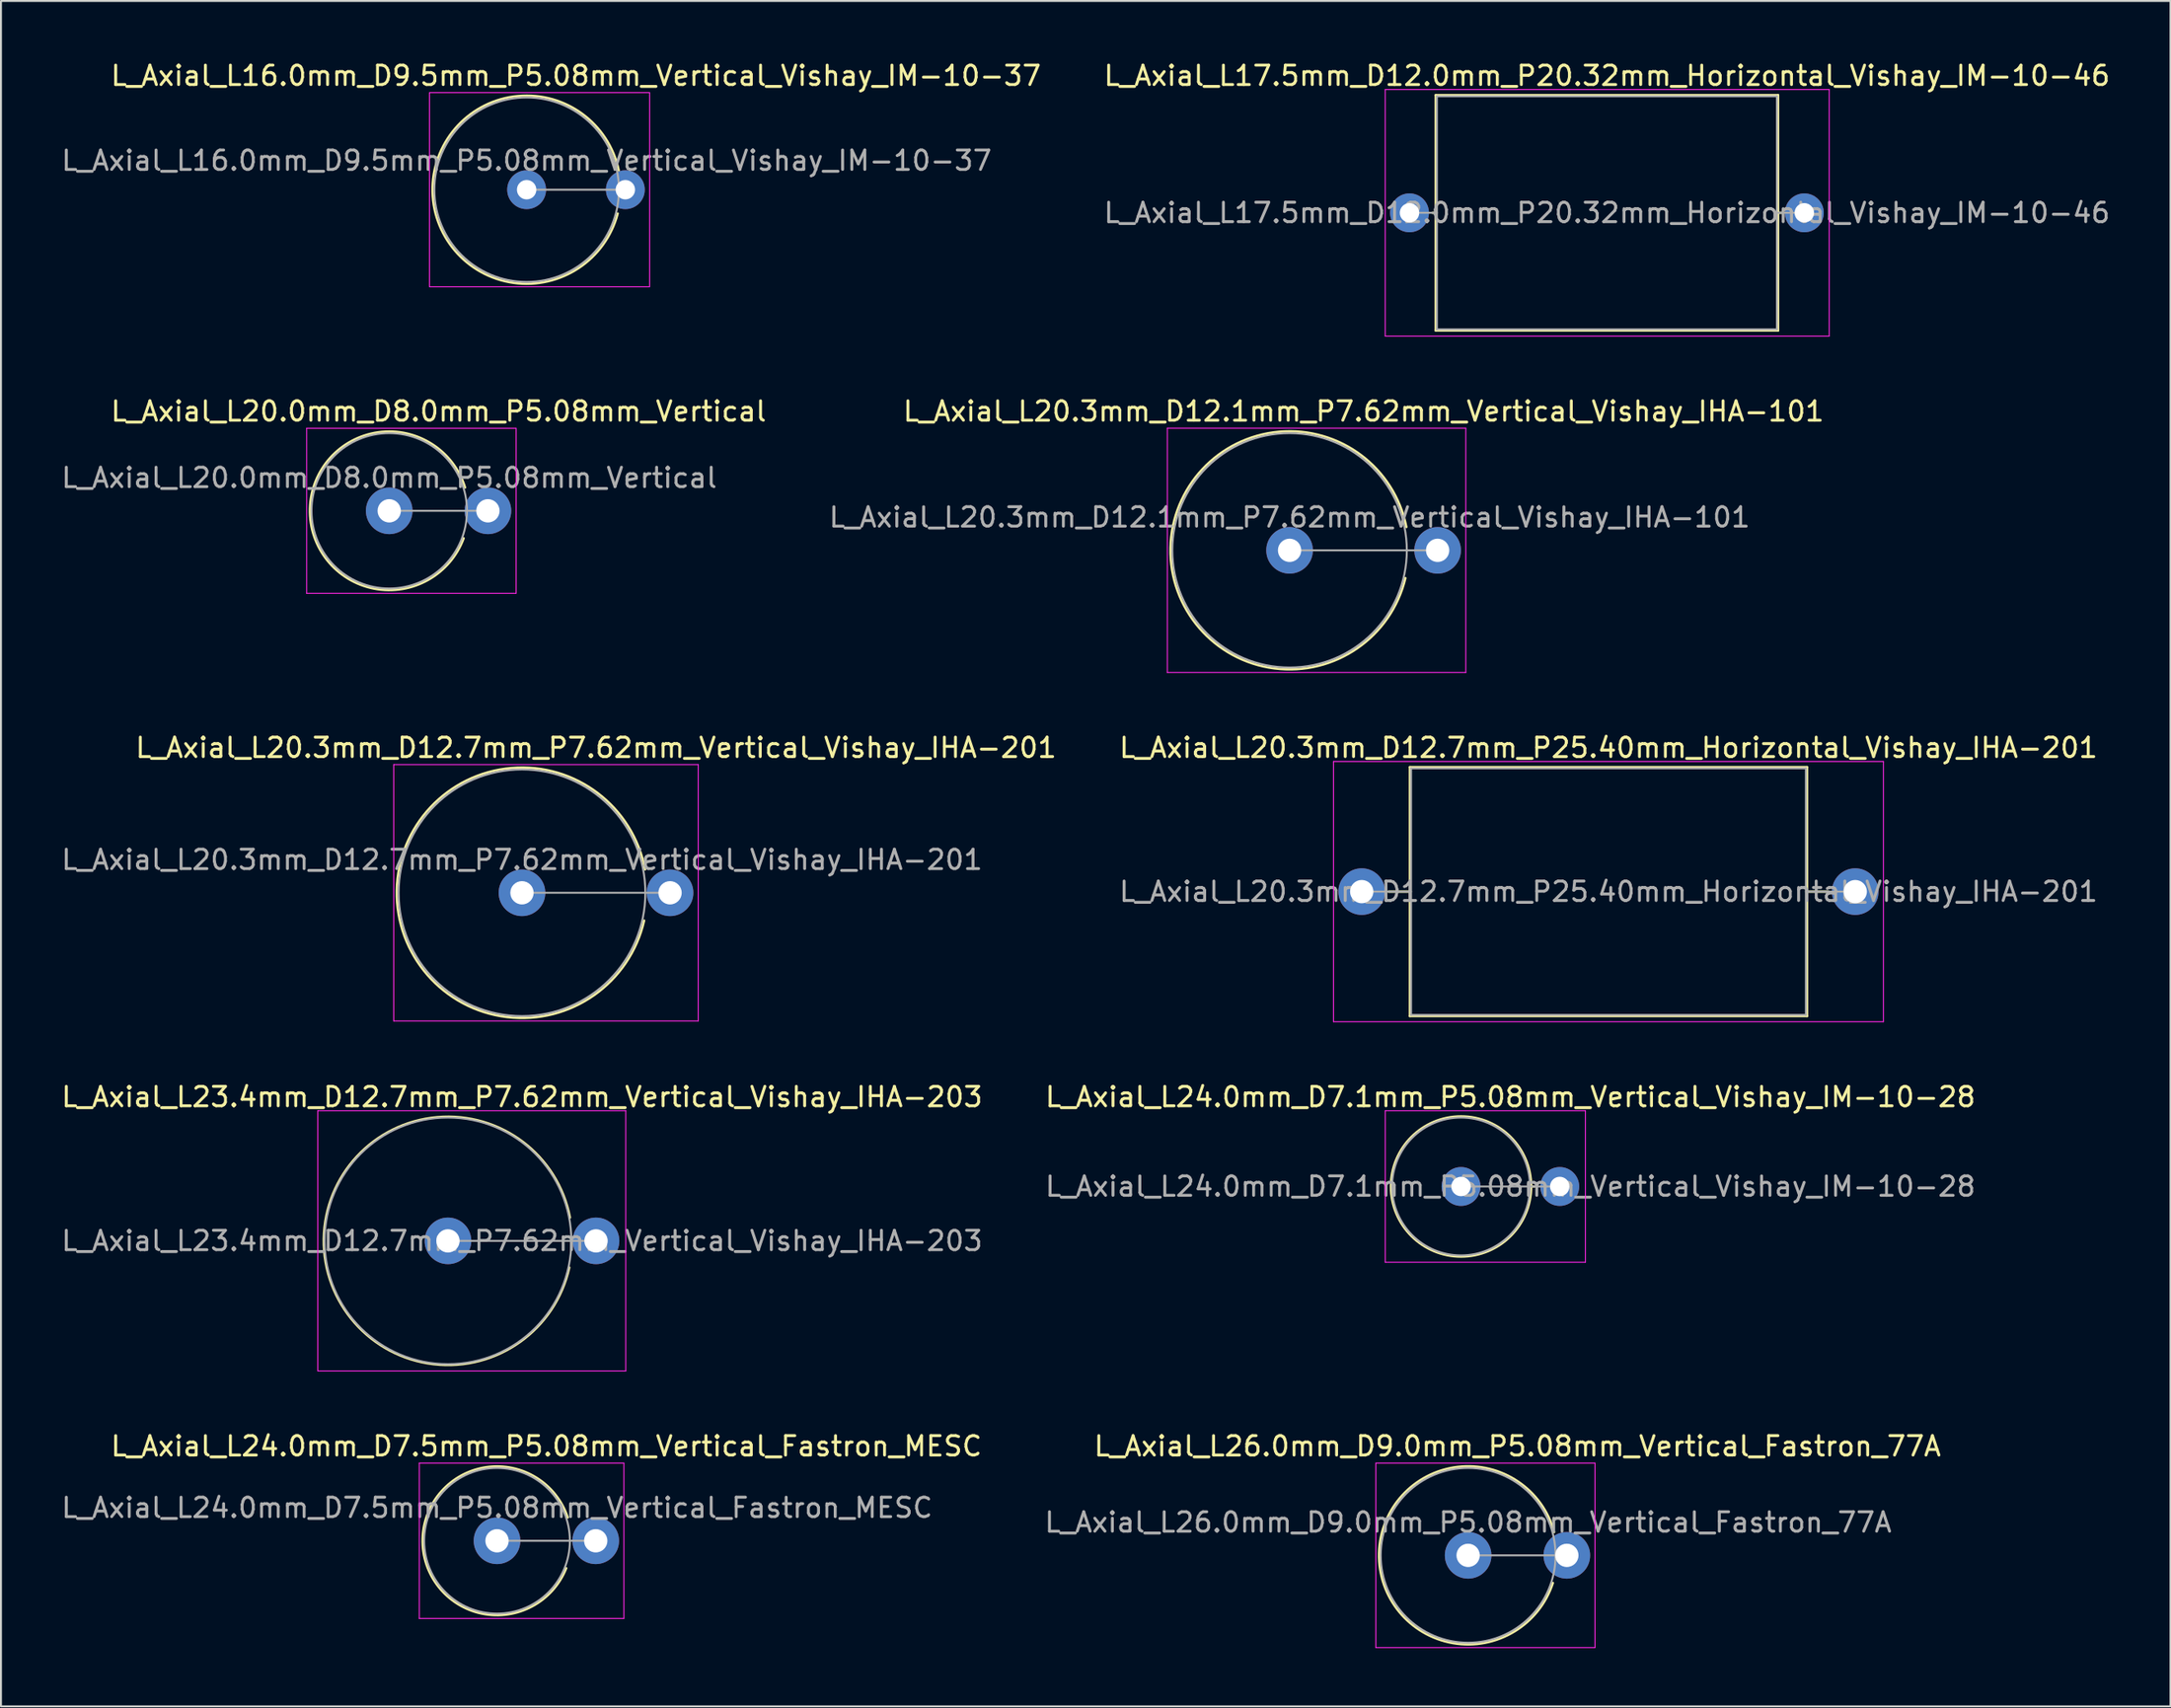
<source format=kicad_pcb>
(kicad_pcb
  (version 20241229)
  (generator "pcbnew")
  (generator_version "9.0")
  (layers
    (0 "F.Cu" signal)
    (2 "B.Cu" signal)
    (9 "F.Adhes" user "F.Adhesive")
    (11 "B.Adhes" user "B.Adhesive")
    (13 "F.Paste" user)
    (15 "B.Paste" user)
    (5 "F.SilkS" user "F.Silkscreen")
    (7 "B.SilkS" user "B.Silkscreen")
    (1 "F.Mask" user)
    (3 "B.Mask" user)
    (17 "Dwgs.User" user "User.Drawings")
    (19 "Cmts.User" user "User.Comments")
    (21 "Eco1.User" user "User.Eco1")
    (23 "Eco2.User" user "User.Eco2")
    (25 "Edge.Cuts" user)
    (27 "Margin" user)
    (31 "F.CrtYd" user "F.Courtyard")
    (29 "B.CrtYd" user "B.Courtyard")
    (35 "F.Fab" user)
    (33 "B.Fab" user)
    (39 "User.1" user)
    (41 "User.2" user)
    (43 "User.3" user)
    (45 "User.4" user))
  (footprint "L_Axial_L20.0mm_D8.0mm_P5.08mm_Vertical"
    (layer "F.Cu")
    (at 16.982 23.252)
    (property "Reference" "L_Axial_L20.0mm_D8.0mm_P5.08mm_Vertical" (at 2.54 -5.12 0) (layer "F.SilkS") (effects (font (size 1 1) (thickness 0.15))))
    (attr through_hole)
    (fp_arc (start 3.829952 1.415438) (mid -4.081552 -0.113714) (end 3.902819 -1.2) (stroke (width 0.12) (type solid)) (layer "F.SilkS"))
    (fp_line (start -4.25 -4.25) (end -4.25 4.25) (stroke (width 0.05) (type solid)) (layer "F.CrtYd"))
    (fp_line (start -4.25 4.25) (end 6.53 4.25) (stroke (width 0.05) (type solid)) (layer "F.CrtYd"))
    (fp_line (start 6.53 -4.25) (end -4.25 -4.25) (stroke (width 0.05) (type solid)) (layer "F.CrtYd"))
    (fp_line (start 6.53 4.25) (end 6.53 -4.25) (stroke (width 0.05) (type solid)) (layer "F.CrtYd"))
    (fp_line (start 0 0) (end 5.08 0) (stroke (width 0.1) (type solid)) (layer "F.Fab"))
    (fp_circle (center 0 0) (end 4 0) (stroke (width 0.1) (type solid)) (fill no) (layer "F.Fab"))
    (fp_text user "${REFERENCE}" (at 0 -1.7 0) (layer "F.Fab") (effects (font (size 1 1) (thickness 0.15))))
    (pad "1" thru_hole circle (at 0 0) (size 2.4 2.4) (drill 1.2) (layers "*.Cu" "*.Mask"))
    (pad "2" thru_hole oval (at 5.08 0) (size 2.4 2.4) (drill 1.2) (layers "*.Cu" "*.Mask")))
  (footprint "L_Axial_L23.4mm_D12.7mm_P7.62mm_Vertical_Vishay_IHA-203"
    (layer "F.Cu")
    (at 20.005 60.843)
    (property "Reference" "L_Axial_L23.4mm_D12.7mm_P7.62mm_Vertical_Vishay_IHA-203" (at 3.81 -7.41 0) (layer "F.SilkS") (effects (font (size 1 1) (thickness 0.15))))
    (attr through_hole)
    (fp_arc (start 6.243846 1.370541) (mid -6.391903 -0.087048) (end 6.278853 -1.2) (stroke (width 0.12) (type solid)) (layer "F.SilkS"))
    (fp_line (start -6.7 -6.7) (end -6.7 6.7) (stroke (width 0.05) (type solid)) (layer "F.CrtYd"))
    (fp_line (start -6.7 6.7) (end 9.15 6.7) (stroke (width 0.05) (type solid)) (layer "F.CrtYd"))
    (fp_line (start 9.15 -6.7) (end -6.7 -6.7) (stroke (width 0.05) (type solid)) (layer "F.CrtYd"))
    (fp_line (start 9.15 6.7) (end 9.15 -6.7) (stroke (width 0.05) (type solid)) (layer "F.CrtYd"))
    (fp_line (start 0 0) (end 7.62 0) (stroke (width 0.1) (type solid)) (layer "F.Fab"))
    (fp_circle (center 0 0) (end 6.35 0) (stroke (width 0.1) (type solid)) (fill no) (layer "F.Fab"))
    (fp_text user "${REFERENCE}" (at 3.81 0 0) (layer "F.Fab") (effects (font (size 1 1) (thickness 0.15))))
    (pad "1" thru_hole circle (at 0 0) (size 2.4 2.4) (drill 1.2) (layers "*.Cu" "*.Mask"))
    (pad "2" thru_hole oval (at 7.62 0) (size 2.4 2.4) (drill 1.2) (layers "*.Cu" "*.Mask")))
  (footprint "L_Axial_L24.0mm_D7.5mm_P5.08mm_Vertical_Fastron_MESC"
    (layer "F.Cu")
    (at 22.53 76.286)
    (property "Reference" "L_Axial_L24.0mm_D7.5mm_P5.08mm_Vertical_Fastron_MESC" (at 2.54 -4.87 0) (layer "F.SilkS") (effects (font (size 1 1) (thickness 0.15))))
    (attr through_hole)
    (fp_arc (start 3.560945 1.412152) (mid -3.829069 -0.112843) (end 3.637925 -1.2) (stroke (width 0.12) (type solid)) (layer "F.SilkS"))
    (fp_line (start -4 -4) (end -4 4) (stroke (width 0.05) (type solid)) (layer "F.CrtYd"))
    (fp_line (start -4 4) (end 6.53 4) (stroke (width 0.05) (type solid)) (layer "F.CrtYd"))
    (fp_line (start 6.53 -4) (end -4 -4) (stroke (width 0.05) (type solid)) (layer "F.CrtYd"))
    (fp_line (start 6.53 4) (end 6.53 -4) (stroke (width 0.05) (type solid)) (layer "F.CrtYd"))
    (fp_line (start 0 0) (end 5.08 0) (stroke (width 0.1) (type solid)) (layer "F.Fab"))
    (fp_circle (center 0 0) (end 3.75 0) (stroke (width 0.1) (type solid)) (fill no) (layer "F.Fab"))
    (fp_text user "${REFERENCE}" (at 0 -1.7 0) (layer "F.Fab") (effects (font (size 1 1) (thickness 0.15))))
    (pad "1" thru_hole circle (at 0 0) (size 2.4 2.4) (drill 1.2) (layers "*.Cu" "*.Mask"))
    (pad "2" thru_hole oval (at 5.08 0) (size 2.4 2.4) (drill 1.2) (layers "*.Cu" "*.Mask")))
  (footprint "L_Axial_L24.0mm_D7.1mm_P5.08mm_Vertical_Vishay_IM-10-28"
    (layer "F.Cu")
    (at 72.145 58.043)
    (property "Reference" "L_Axial_L24.0mm_D7.1mm_P5.08mm_Vertical_Vishay_IM-10-28" (at 2.54 -4.61 0) (layer "F.SilkS") (effects (font (size 1 1) (thickness 0.15))))
    (attr through_hole)
    (fp_line (start 3.61 0) (end 3.78 0) (stroke (width 0.12) (type solid)) (layer "F.SilkS"))
    (fp_circle (center 0 0) (end 3.61 0) (stroke (width 0.12) (type solid)) (fill no) (layer "F.SilkS"))
    (fp_line (start -3.9 -3.9) (end -3.9 3.9) (stroke (width 0.05) (type solid)) (layer "F.CrtYd"))
    (fp_line (start -3.9 3.9) (end 6.4 3.9) (stroke (width 0.05) (type solid)) (layer "F.CrtYd"))
    (fp_line (start 6.4 -3.9) (end -3.9 -3.9) (stroke (width 0.05) (type solid)) (layer "F.CrtYd"))
    (fp_line (start 6.4 3.9) (end 6.4 -3.9) (stroke (width 0.05) (type solid)) (layer "F.CrtYd"))
    (fp_line (start 0 0) (end 5.08 0) (stroke (width 0.1) (type solid)) (layer "F.Fab"))
    (fp_circle (center 0 0) (end 3.55 0) (stroke (width 0.1) (type solid)) (fill no) (layer "F.Fab"))
    (fp_text user "${REFERENCE}" (at 2.54 0 0) (layer "F.Fab") (effects (font (size 1 1) (thickness 0.15))))
    (pad "1" thru_hole circle (at 0 0) (size 2 2) (drill 1) (layers "*.Cu" "*.Mask"))
    (pad "2" thru_hole oval (at 5.08 0) (size 2 2) (drill 1) (layers "*.Cu" "*.Mask")))
  (footprint "L_Axial_L26.0mm_D9.0mm_P5.08mm_Vertical_Fastron_77A"
    (layer "F.Cu")
    (at 72.51 77.036)
    (property "Reference" "L_Axial_L26.0mm_D9.0mm_P5.08mm_Vertical_Fastron_77A" (at 2.54 -5.62 0) (layer "F.SilkS") (effects (font (size 1 1) (thickness 0.15))))
    (attr through_hole)
    (fp_arc (start 4.361678 1.420483) (mid -4.585714 -0.115037) (end 4.427415 -1.2) (stroke (width 0.12) (type solid)) (layer "F.SilkS"))
    (fp_line (start -4.75 -4.75) (end -4.75 4.75) (stroke (width 0.05) (type solid)) (layer "F.CrtYd"))
    (fp_line (start -4.75 4.75) (end 6.53 4.75) (stroke (width 0.05) (type solid)) (layer "F.CrtYd"))
    (fp_line (start 6.53 -4.75) (end -4.75 -4.75) (stroke (width 0.05) (type solid)) (layer "F.CrtYd"))
    (fp_line (start 6.53 4.75) (end 6.53 -4.75) (stroke (width 0.05) (type solid)) (layer "F.CrtYd"))
    (fp_line (start 0 0) (end 5.08 0) (stroke (width 0.1) (type solid)) (layer "F.Fab"))
    (fp_circle (center 0 0) (end 4.5 0) (stroke (width 0.1) (type solid)) (fill no) (layer "F.Fab"))
    (fp_text user "${REFERENCE}" (at 0 -1.7 0) (layer "F.Fab") (effects (font (size 1 1) (thickness 0.15))))
    (pad "1" thru_hole circle (at 0 0) (size 2.4 2.4) (drill 1.2) (layers "*.Cu" "*.Mask"))
    (pad "2" thru_hole oval (at 5.08 0) (size 2.4 2.4) (drill 1.2) (layers "*.Cu" "*.Mask")))
  (footprint "L_Axial_L16.0mm_D9.5mm_P5.08mm_Vertical_Vishay_IM-10-37"
    (layer "F.Cu")
    (at 24.054 6.718)
    (property "Reference" "L_Axial_L16.0mm_D9.5mm_P5.08mm_Vertical_Vishay_IM-10-37" (at 2.54 -5.87 0) (layer "F.SilkS") (effects (font (size 1 1) (thickness 0.15))))
    (attr through_hole)
    (fp_arc (start 4.68573 1.22737) (mid -4.842402 -0.116816) (end 4.739462 -1) (stroke (width 0.12) (type solid)) (layer "F.SilkS"))
    (fp_line (start -5 -5) (end -5 5) (stroke (width 0.05) (type solid)) (layer "F.CrtYd"))
    (fp_line (start -5 5) (end 6.33 5) (stroke (width 0.05) (type solid)) (layer "F.CrtYd"))
    (fp_line (start 6.33 -5) (end -5 -5) (stroke (width 0.05) (type solid)) (layer "F.CrtYd"))
    (fp_line (start 6.33 5) (end 6.33 -5) (stroke (width 0.05) (type solid)) (layer "F.CrtYd"))
    (fp_line (start 0 0) (end 5.08 0) (stroke (width 0.1) (type solid)) (layer "F.Fab"))
    (fp_circle (center 0 0) (end 4.75 0) (stroke (width 0.1) (type solid)) (fill no) (layer "F.Fab"))
    (fp_text user "${REFERENCE}" (at 0 -1.5 0) (layer "F.Fab") (effects (font (size 1 1) (thickness 0.15))))
    (pad "1" thru_hole circle (at 0 0) (size 2 2) (drill 1) (layers "*.Cu" "*.Mask"))
    (pad "2" thru_hole oval (at 5.08 0) (size 2 2) (drill 1) (layers "*.Cu" "*.Mask")))
  (footprint "L_Axial_L20.3mm_D12.7mm_P7.62mm_Vertical_Vishay_IHA-201"
    (layer "F.Cu")
    (at 23.815 42.92)
    (property "Reference" "L_Axial_L20.3mm_D12.7mm_P7.62mm_Vertical_Vishay_IHA-201" (at 3.81 -7.47 0) (layer "F.SilkS") (effects (font (size 1 1) (thickness 0.15))))
    (attr through_hole)
    (fp_arc (start 6.285965 1.430087) (mid -6.445517 -0.117515) (end 6.333917 -1.2) (stroke (width 0.12) (type solid)) (layer "F.SilkS"))
    (fp_line (start -6.6 -6.6) (end -6.6 6.6) (stroke (width 0.05) (type solid)) (layer "F.CrtYd"))
    (fp_line (start -6.6 6.6) (end 9.07 6.6) (stroke (width 0.05) (type solid)) (layer "F.CrtYd"))
    (fp_line (start 9.07 -6.6) (end -6.6 -6.6) (stroke (width 0.05) (type solid)) (layer "F.CrtYd"))
    (fp_line (start 9.07 6.6) (end 9.07 -6.6) (stroke (width 0.05) (type solid)) (layer "F.CrtYd"))
    (fp_line (start 0 0) (end 7.62 0) (stroke (width 0.1) (type solid)) (layer "F.Fab"))
    (fp_circle (center 0 0) (end 6.35 0) (stroke (width 0.1) (type solid)) (fill no) (layer "F.Fab"))
    (fp_text user "${REFERENCE}" (at 0 -1.7 0) (layer "F.Fab") (effects (font (size 1 1) (thickness 0.15))))
    (pad "1" thru_hole circle (at 0 0) (size 2.4 2.4) (drill 1.2) (layers "*.Cu" "*.Mask"))
    (pad "2" thru_hole oval (at 7.62 0) (size 2.4 2.4) (drill 1.2) (layers "*.Cu" "*.Mask")))
  (footprint "L_Axial_L20.3mm_D12.7mm_P25.40mm_Horizontal_Vishay_IHA-201"
    (layer "F.Cu")
    (at 67.033 42.86)
    (property "Reference" "L_Axial_L20.3mm_D12.7mm_P25.40mm_Horizontal_Vishay_IHA-201" (at 12.7 -7.41 0) (layer "F.SilkS") (effects (font (size 1 1) (thickness 0.15))))
    (attr through_hole)
    (fp_line (start 1.38 0) (end 2.48 0) (stroke (width 0.12) (type solid)) (layer "F.SilkS"))
    (fp_line (start 2.48 -6.41) (end 2.48 6.41) (stroke (width 0.12) (type solid)) (layer "F.SilkS"))
    (fp_line (start 2.48 6.41) (end 22.92 6.41) (stroke (width 0.12) (type solid)) (layer "F.SilkS"))
    (fp_line (start 22.92 -6.41) (end 2.48 -6.41) (stroke (width 0.12) (type solid)) (layer "F.SilkS"))
    (fp_line (start 22.92 6.41) (end 22.92 -6.41) (stroke (width 0.12) (type solid)) (layer "F.SilkS"))
    (fp_line (start 24.02 0) (end 22.92 0) (stroke (width 0.12) (type solid)) (layer "F.SilkS"))
    (fp_line (start -1.45 -6.7) (end -1.45 6.7) (stroke (width 0.05) (type solid)) (layer "F.CrtYd"))
    (fp_line (start -1.45 6.7) (end 26.85 6.7) (stroke (width 0.05) (type solid)) (layer "F.CrtYd"))
    (fp_line (start 26.85 -6.7) (end -1.45 -6.7) (stroke (width 0.05) (type solid)) (layer "F.CrtYd"))
    (fp_line (start 26.85 6.7) (end 26.85 -6.7) (stroke (width 0.05) (type solid)) (layer "F.CrtYd"))
    (fp_line (start 0 0) (end 2.54 0) (stroke (width 0.1) (type solid)) (layer "F.Fab"))
    (fp_line (start 2.54 -6.35) (end 2.54 6.35) (stroke (width 0.1) (type solid)) (layer "F.Fab"))
    (fp_line (start 2.54 6.35) (end 22.86 6.35) (stroke (width 0.1) (type solid)) (layer "F.Fab"))
    (fp_line (start 22.86 -6.35) (end 2.54 -6.35) (stroke (width 0.1) (type solid)) (layer "F.Fab"))
    (fp_line (start 22.86 6.35) (end 22.86 -6.35) (stroke (width 0.1) (type solid)) (layer "F.Fab"))
    (fp_line (start 25.4 0) (end 22.86 0) (stroke (width 0.1) (type solid)) (layer "F.Fab"))
    (fp_text user "${REFERENCE}" (at 12.7 0 0) (layer "F.Fab") (effects (font (size 1 1) (thickness 0.15))))
    (pad "1" thru_hole circle (at 0 0) (size 2.4 2.4) (drill 1.2) (layers "*.Cu" "*.Mask"))
    (pad "2" thru_hole oval (at 25.4 0) (size 2.4 2.4) (drill 1.2) (layers "*.Cu" "*.Mask")))
  (footprint "L_Axial_L17.5mm_D12.0mm_P20.32mm_Horizontal_Vishay_IM-10-46"
    (layer "F.Cu")
    (at 69.493 7.908)
    (property "Reference" "L_Axial_L17.5mm_D12.0mm_P20.32mm_Horizontal_Vishay_IM-10-46" (at 10.16 -7.06 0) (layer "F.SilkS") (effects (font (size 1 1) (thickness 0.15))))
    (attr through_hole)
    (fp_line (start 1.18 0) (end 1.35 0) (stroke (width 0.12) (type solid)) (layer "F.SilkS"))
    (fp_line (start 1.35 -6.06) (end 1.35 6.06) (stroke (width 0.12) (type solid)) (layer "F.SilkS"))
    (fp_line (start 1.35 6.06) (end 18.97 6.06) (stroke (width 0.12) (type solid)) (layer "F.SilkS"))
    (fp_line (start 18.97 -6.06) (end 1.35 -6.06) (stroke (width 0.12) (type solid)) (layer "F.SilkS"))
    (fp_line (start 18.97 6.06) (end 18.97 -6.06) (stroke (width 0.12) (type solid)) (layer "F.SilkS"))
    (fp_line (start 19.14 0) (end 18.97 0) (stroke (width 0.12) (type solid)) (layer "F.SilkS"))
    (fp_line (start -1.25 -6.35) (end -1.25 6.35) (stroke (width 0.05) (type solid)) (layer "F.CrtYd"))
    (fp_line (start -1.25 6.35) (end 21.6 6.35) (stroke (width 0.05) (type solid)) (layer "F.CrtYd"))
    (fp_line (start 21.6 -6.35) (end -1.25 -6.35) (stroke (width 0.05) (type solid)) (layer "F.CrtYd"))
    (fp_line (start 21.6 6.35) (end 21.6 -6.35) (stroke (width 0.05) (type solid)) (layer "F.CrtYd"))
    (fp_line (start 0 0) (end 1.41 0) (stroke (width 0.1) (type solid)) (layer "F.Fab"))
    (fp_line (start 1.41 -6) (end 1.41 6) (stroke (width 0.1) (type solid)) (layer "F.Fab"))
    (fp_line (start 1.41 6) (end 18.91 6) (stroke (width 0.1) (type solid)) (layer "F.Fab"))
    (fp_line (start 18.91 -6) (end 1.41 -6) (stroke (width 0.1) (type solid)) (layer "F.Fab"))
    (fp_line (start 18.91 6) (end 18.91 -6) (stroke (width 0.1) (type solid)) (layer "F.Fab"))
    (fp_line (start 20.32 0) (end 18.91 0) (stroke (width 0.1) (type solid)) (layer "F.Fab"))
    (fp_text user "${REFERENCE}" (at 10.16 0 0) (layer "F.Fab") (effects (font (size 1 1) (thickness 0.15))))
    (pad "1" thru_hole circle (at 0 0) (size 2 2) (drill 1) (layers "*.Cu" "*.Mask"))
    (pad "2" thru_hole oval (at 20.32 0) (size 2 2) (drill 1) (layers "*.Cu" "*.Mask")))
  (footprint "L_Axial_L20.3mm_D12.1mm_P7.62mm_Vertical_Vishay_IHA-101"
    (layer "F.Cu")
    (at 63.32 25.287)
    (property "Reference" "L_Axial_L20.3mm_D12.1mm_P7.62mm_Vertical_Vishay_IHA-101" (at 3.81 -7.155 0) (layer "F.SilkS") (effects (font (size 1 1) (thickness 0.15))))
    (attr through_hole)
    (fp_arc (start 5.961499 1.429037) (mid -6.129263 -0.117247) (end 6.01179 -1.2) (stroke (width 0.12) (type solid)) (layer "F.SilkS"))
    (fp_line (start -6.29 -6.29) (end -6.29 6.29) (stroke (width 0.05) (type solid)) (layer "F.CrtYd"))
    (fp_line (start -6.29 6.29) (end 9.07 6.29) (stroke (width 0.05) (type solid)) (layer "F.CrtYd"))
    (fp_line (start 9.07 -6.29) (end -6.29 -6.29) (stroke (width 0.05) (type solid)) (layer "F.CrtYd"))
    (fp_line (start 9.07 6.29) (end 9.07 -6.29) (stroke (width 0.05) (type solid)) (layer "F.CrtYd"))
    (fp_line (start 0 0) (end 7.62 0) (stroke (width 0.1) (type solid)) (layer "F.Fab"))
    (fp_circle (center 0 0) (end 6.035 0) (stroke (width 0.1) (type solid)) (fill no) (layer "F.Fab"))
    (fp_text user "${REFERENCE}" (at 0 -1.7 0) (layer "F.Fab") (effects (font (size 1 1) (thickness 0.15))))
    (pad "1" thru_hole circle (at 0 0) (size 2.4 2.4) (drill 1.2) (layers "*.Cu" "*.Mask"))
    (pad "2" thru_hole oval (at 7.62 0) (size 2.4 2.4) (drill 1.2) (layers "*.Cu" "*.Mask")))
  (gr_rect
    (start -3 -3)
    (end 108.659 84.811)
    (stroke (width 0.1) (type default))
    (fill no)
    (layer "Edge.Cuts")))
</source>
